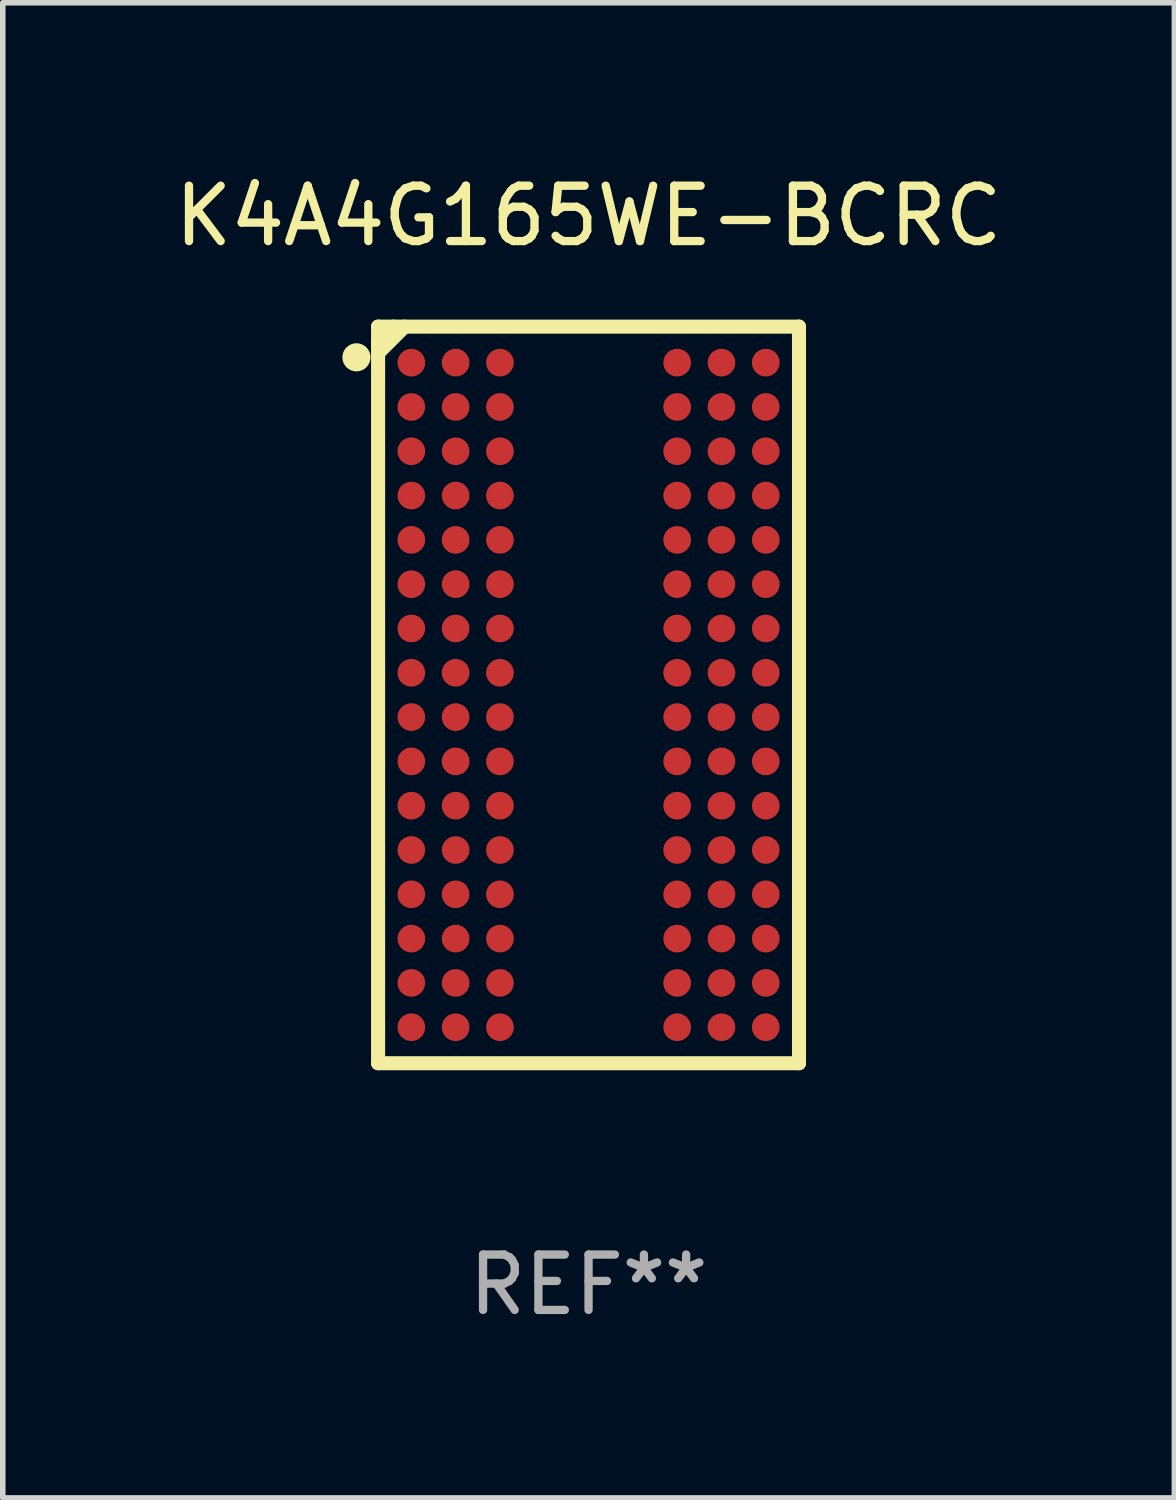
<source format=kicad_pcb>
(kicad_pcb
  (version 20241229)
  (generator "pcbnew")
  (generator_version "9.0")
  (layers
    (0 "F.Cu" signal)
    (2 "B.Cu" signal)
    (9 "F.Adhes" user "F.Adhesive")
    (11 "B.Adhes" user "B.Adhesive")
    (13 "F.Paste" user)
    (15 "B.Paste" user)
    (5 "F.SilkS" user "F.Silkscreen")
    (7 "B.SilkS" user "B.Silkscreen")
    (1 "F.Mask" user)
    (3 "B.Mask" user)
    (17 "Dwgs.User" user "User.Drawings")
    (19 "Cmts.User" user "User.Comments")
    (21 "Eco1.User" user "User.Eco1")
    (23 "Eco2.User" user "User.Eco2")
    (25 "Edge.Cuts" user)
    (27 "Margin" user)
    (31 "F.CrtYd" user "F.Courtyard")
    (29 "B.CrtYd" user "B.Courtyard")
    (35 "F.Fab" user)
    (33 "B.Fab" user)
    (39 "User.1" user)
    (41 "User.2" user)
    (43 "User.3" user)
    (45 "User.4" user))
  (footprint "K4A4G165WE-BCRC"
    (layer "F.Cu")
    (at 7.577 9.498)
    (property "Reference" "K4A4G165WE-BCRC" (at 0 -8.65 0) (layer "F.SilkS") (effects (font (size 1 1) (thickness 0.15))))
    (attr through_hole)
    (fp_line (start -3.8 -6.65) (end -3.8 6.65) (stroke (width 0.254) (type solid)) (layer "F.SilkS"))
    (fp_line (start -3.8 -6.65) (end 3.8 -6.65) (stroke (width 0.254) (type solid)) (layer "F.SilkS"))
    (fp_line (start -3.8 -6.368) (end -3.8 -6.323) (stroke (width 0.254) (type solid)) (layer "F.SilkS"))
    (fp_line (start -3.8 -6.172) (end -3.8 -6.163) (stroke (width 0.254) (type solid)) (layer "F.SilkS"))
    (fp_line (start -3.8 6.65) (end 3.8 6.65) (stroke (width 0.254) (type solid)) (layer "F.SilkS"))
    (fp_line (start -3.518 -6.65) (end -3.8 -6.368) (stroke (width 0.254) (type solid)) (layer "F.SilkS"))
    (fp_line (start -3.322 -6.65) (end -3.8 -6.172) (stroke (width 0.254) (type solid)) (layer "F.SilkS"))
    (fp_line (start 3.8 -6.65) (end 3.8 6.65) (stroke (width 0.254) (type solid)) (layer "F.SilkS"))
    (fp_circle (center -4.191 -6.096) (end -4.064 -6.096) (stroke (width 0.254) (type solid)) (fill no) (layer "F.SilkS"))
    (fp_circle (center -3.75 -6.65) (end -3.72 -6.65) (stroke (width 0.06) (type solid)) (fill no) (layer "F.SilkS"))
    (fp_text user "REF**" (at 0 10.65 0) (layer "F.Fab") (effects (font (size 1 1) (thickness 0.15))))
    (pad "A1" smd circle (at -3.2 -6) (size 0.5 0.5) (layers "F.Cu" "F.Mask" "F.Paste"))
    (pad "A2" smd circle (at -2.4 -6) (size 0.5 0.5) (layers "F.Cu" "F.Mask" "F.Paste"))
    (pad "A3" smd circle (at -1.6 -6) (size 0.5 0.5) (layers "F.Cu" "F.Mask" "F.Paste"))
    (pad "A7" smd circle (at 1.6 -6) (size 0.5 0.5) (layers "F.Cu" "F.Mask" "F.Paste"))
    (pad "A8" smd circle (at 2.4 -6) (size 0.5 0.5) (layers "F.Cu" "F.Mask" "F.Paste"))
    (pad "A9" smd circle (at 3.2 -6) (size 0.5 0.5) (layers "F.Cu" "F.Mask" "F.Paste"))
    (pad "B1" smd circle (at -3.2 -5.2) (size 0.5 0.5) (layers "F.Cu" "F.Mask" "F.Paste"))
    (pad "B2" smd circle (at -2.4 -5.2) (size 0.5 0.5) (layers "F.Cu" "F.Mask" "F.Paste"))
    (pad "B3" smd circle (at -1.6 -5.2) (size 0.5 0.5) (layers "F.Cu" "F.Mask" "F.Paste"))
    (pad "B7" smd circle (at 1.6 -5.2) (size 0.5 0.5) (layers "F.Cu" "F.Mask" "F.Paste"))
    (pad "B8" smd circle (at 2.4 -5.2) (size 0.5 0.5) (layers "F.Cu" "F.Mask" "F.Paste"))
    (pad "B9" smd circle (at 3.2 -5.2) (size 0.5 0.5) (layers "F.Cu" "F.Mask" "F.Paste"))
    (pad "C1" smd circle (at -3.2 -4.4) (size 0.5 0.5) (layers "F.Cu" "F.Mask" "F.Paste"))
    (pad "C2" smd circle (at -2.4 -4.4) (size 0.5 0.5) (layers "F.Cu" "F.Mask" "F.Paste"))
    (pad "C3" smd circle (at -1.6 -4.4) (size 0.5 0.5) (layers "F.Cu" "F.Mask" "F.Paste"))
    (pad "C7" smd circle (at 1.6 -4.4) (size 0.5 0.5) (layers "F.Cu" "F.Mask" "F.Paste"))
    (pad "C8" smd circle (at 2.4 -4.4) (size 0.5 0.5) (layers "F.Cu" "F.Mask" "F.Paste"))
    (pad "C9" smd circle (at 3.2 -4.4) (size 0.5 0.5) (layers "F.Cu" "F.Mask" "F.Paste"))
    (pad "D1" smd circle (at -3.2 -3.6) (size 0.5 0.5) (layers "F.Cu" "F.Mask" "F.Paste"))
    (pad "D2" smd circle (at -2.4 -3.6) (size 0.5 0.5) (layers "F.Cu" "F.Mask" "F.Paste"))
    (pad "D3" smd circle (at -1.6 -3.6) (size 0.5 0.5) (layers "F.Cu" "F.Mask" "F.Paste"))
    (pad "D7" smd circle (at 1.6 -3.6) (size 0.5 0.5) (layers "F.Cu" "F.Mask" "F.Paste"))
    (pad "D8" smd circle (at 2.4 -3.6) (size 0.5 0.5) (layers "F.Cu" "F.Mask" "F.Paste"))
    (pad "D9" smd circle (at 3.2 -3.6) (size 0.5 0.5) (layers "F.Cu" "F.Mask" "F.Paste"))
    (pad "E1" smd circle (at -3.2 -2.8) (size 0.5 0.5) (layers "F.Cu" "F.Mask" "F.Paste"))
    (pad "E2" smd circle (at -2.4 -2.8) (size 0.5 0.5) (layers "F.Cu" "F.Mask" "F.Paste"))
    (pad "E3" smd circle (at -1.6 -2.8) (size 0.5 0.5) (layers "F.Cu" "F.Mask" "F.Paste"))
    (pad "E7" smd circle (at 1.6 -2.8) (size 0.5 0.5) (layers "F.Cu" "F.Mask" "F.Paste"))
    (pad "E8" smd circle (at 2.4 -2.8) (size 0.5 0.5) (layers "F.Cu" "F.Mask" "F.Paste"))
    (pad "E9" smd circle (at 3.2 -2.8) (size 0.5 0.5) (layers "F.Cu" "F.Mask" "F.Paste"))
    (pad "F1" smd circle (at -3.2 -2) (size 0.5 0.5) (layers "F.Cu" "F.Mask" "F.Paste"))
    (pad "F2" smd circle (at -2.4 -2) (size 0.5 0.5) (layers "F.Cu" "F.Mask" "F.Paste"))
    (pad "F3" smd circle (at -1.6 -2) (size 0.5 0.5) (layers "F.Cu" "F.Mask" "F.Paste"))
    (pad "F7" smd circle (at 1.6 -2) (size 0.5 0.5) (layers "F.Cu" "F.Mask" "F.Paste"))
    (pad "F8" smd circle (at 2.4 -2) (size 0.5 0.5) (layers "F.Cu" "F.Mask" "F.Paste"))
    (pad "F9" smd circle (at 3.2 -2) (size 0.5 0.5) (layers "F.Cu" "F.Mask" "F.Paste"))
    (pad "G1" smd circle (at -3.2 -1.2) (size 0.5 0.5) (layers "F.Cu" "F.Mask" "F.Paste"))
    (pad "G2" smd circle (at -2.4 -1.2) (size 0.5 0.5) (layers "F.Cu" "F.Mask" "F.Paste"))
    (pad "G3" smd circle (at -1.6 -1.2) (size 0.5 0.5) (layers "F.Cu" "F.Mask" "F.Paste"))
    (pad "G7" smd circle (at 1.6 -1.2) (size 0.5 0.5) (layers "F.Cu" "F.Mask" "F.Paste"))
    (pad "G8" smd circle (at 2.4 -1.2) (size 0.5 0.5) (layers "F.Cu" "F.Mask" "F.Paste"))
    (pad "G9" smd circle (at 3.2 -1.2) (size 0.5 0.5) (layers "F.Cu" "F.Mask" "F.Paste"))
    (pad "H1" smd circle (at -3.2 -0.4) (size 0.5 0.5) (layers "F.Cu" "F.Mask" "F.Paste"))
    (pad "H2" smd circle (at -2.4 -0.4) (size 0.5 0.5) (layers "F.Cu" "F.Mask" "F.Paste"))
    (pad "H3" smd circle (at -1.6 -0.4) (size 0.5 0.5) (layers "F.Cu" "F.Mask" "F.Paste"))
    (pad "H7" smd circle (at 1.6 -0.4) (size 0.5 0.5) (layers "F.Cu" "F.Mask" "F.Paste"))
    (pad "H8" smd circle (at 2.4 -0.4) (size 0.5 0.5) (layers "F.Cu" "F.Mask" "F.Paste"))
    (pad "H9" smd circle (at 3.2 -0.4) (size 0.5 0.5) (layers "F.Cu" "F.Mask" "F.Paste"))
    (pad "J1" smd circle (at -3.2 0.4) (size 0.5 0.5) (layers "F.Cu" "F.Mask" "F.Paste"))
    (pad "J2" smd circle (at -2.4 0.4) (size 0.5 0.5) (layers "F.Cu" "F.Mask" "F.Paste"))
    (pad "J3" smd circle (at -1.6 0.4) (size 0.5 0.5) (layers "F.Cu" "F.Mask" "F.Paste"))
    (pad "J7" smd circle (at 1.6 0.4) (size 0.5 0.5) (layers "F.Cu" "F.Mask" "F.Paste"))
    (pad "J8" smd circle (at 2.4 0.4) (size 0.5 0.5) (layers "F.Cu" "F.Mask" "F.Paste"))
    (pad "J9" smd circle (at 3.2 0.4) (size 0.5 0.5) (layers "F.Cu" "F.Mask" "F.Paste"))
    (pad "K1" smd circle (at -3.2 1.2) (size 0.5 0.5) (layers "F.Cu" "F.Mask" "F.Paste"))
    (pad "K2" smd circle (at -2.4 1.2) (size 0.5 0.5) (layers "F.Cu" "F.Mask" "F.Paste"))
    (pad "K3" smd circle (at -1.6 1.2) (size 0.5 0.5) (layers "F.Cu" "F.Mask" "F.Paste"))
    (pad "K7" smd circle (at 1.6 1.2) (size 0.5 0.5) (layers "F.Cu" "F.Mask" "F.Paste"))
    (pad "K8" smd circle (at 2.4 1.2) (size 0.5 0.5) (layers "F.Cu" "F.Mask" "F.Paste"))
    (pad "K9" smd circle (at 3.2 1.2) (size 0.5 0.5) (layers "F.Cu" "F.Mask" "F.Paste"))
    (pad "L1" smd circle (at -3.2 2) (size 0.5 0.5) (layers "F.Cu" "F.Mask" "F.Paste"))
    (pad "L2" smd circle (at -2.4 2) (size 0.5 0.5) (layers "F.Cu" "F.Mask" "F.Paste"))
    (pad "L3" smd circle (at -1.6 2) (size 0.5 0.5) (layers "F.Cu" "F.Mask" "F.Paste"))
    (pad "L7" smd circle (at 1.6 2) (size 0.5 0.5) (layers "F.Cu" "F.Mask" "F.Paste"))
    (pad "L8" smd circle (at 2.4 2) (size 0.5 0.5) (layers "F.Cu" "F.Mask" "F.Paste"))
    (pad "L9" smd circle (at 3.2 2) (size 0.5 0.5) (layers "F.Cu" "F.Mask" "F.Paste"))
    (pad "M1" smd circle (at -3.2 2.8) (size 0.5 0.5) (layers "F.Cu" "F.Mask" "F.Paste"))
    (pad "M2" smd circle (at -2.4 2.8) (size 0.5 0.5) (layers "F.Cu" "F.Mask" "F.Paste"))
    (pad "M3" smd circle (at -1.6 2.8) (size 0.5 0.5) (layers "F.Cu" "F.Mask" "F.Paste"))
    (pad "M7" smd circle (at 1.6 2.8) (size 0.5 0.5) (layers "F.Cu" "F.Mask" "F.Paste"))
    (pad "M8" smd circle (at 2.4 2.8) (size 0.5 0.5) (layers "F.Cu" "F.Mask" "F.Paste"))
    (pad "M9" smd circle (at 3.2 2.8) (size 0.5 0.5) (layers "F.Cu" "F.Mask" "F.Paste"))
    (pad "N1" smd circle (at -3.2 3.6) (size 0.5 0.5) (layers "F.Cu" "F.Mask" "F.Paste"))
    (pad "N2" smd circle (at -2.4 3.6) (size 0.5 0.5) (layers "F.Cu" "F.Mask" "F.Paste"))
    (pad "N3" smd circle (at -1.6 3.6) (size 0.5 0.5) (layers "F.Cu" "F.Mask" "F.Paste"))
    (pad "N7" smd circle (at 1.6 3.6) (size 0.5 0.5) (layers "F.Cu" "F.Mask" "F.Paste"))
    (pad "N8" smd circle (at 2.4 3.6) (size 0.5 0.5) (layers "F.Cu" "F.Mask" "F.Paste"))
    (pad "N9" smd circle (at 3.2 3.6) (size 0.5 0.5) (layers "F.Cu" "F.Mask" "F.Paste"))
    (pad "P1" smd circle (at -3.2 4.4) (size 0.5 0.5) (layers "F.Cu" "F.Mask" "F.Paste"))
    (pad "P2" smd circle (at -2.4 4.4) (size 0.5 0.5) (layers "F.Cu" "F.Mask" "F.Paste"))
    (pad "P3" smd circle (at -1.6 4.4) (size 0.5 0.5) (layers "F.Cu" "F.Mask" "F.Paste"))
    (pad "P7" smd circle (at 1.6 4.4) (size 0.5 0.5) (layers "F.Cu" "F.Mask" "F.Paste"))
    (pad "P8" smd circle (at 2.4 4.4) (size 0.5 0.5) (layers "F.Cu" "F.Mask" "F.Paste"))
    (pad "P9" smd circle (at 3.2 4.4) (size 0.5 0.5) (layers "F.Cu" "F.Mask" "F.Paste"))
    (pad "R1" smd circle (at -3.2 5.2) (size 0.5 0.5) (layers "F.Cu" "F.Mask" "F.Paste"))
    (pad "R2" smd circle (at -2.4 5.2) (size 0.5 0.5) (layers "F.Cu" "F.Mask" "F.Paste"))
    (pad "R3" smd circle (at -1.6 5.2) (size 0.5 0.5) (layers "F.Cu" "F.Mask" "F.Paste"))
    (pad "R7" smd circle (at 1.6 5.2) (size 0.5 0.5) (layers "F.Cu" "F.Mask" "F.Paste"))
    (pad "R8" smd circle (at 2.4 5.2) (size 0.5 0.5) (layers "F.Cu" "F.Mask" "F.Paste"))
    (pad "R9" smd circle (at 3.2 5.2) (size 0.5 0.5) (layers "F.Cu" "F.Mask" "F.Paste"))
    (pad "T1" smd circle (at -3.2 6) (size 0.5 0.5) (layers "F.Cu" "F.Mask" "F.Paste"))
    (pad "T2" smd circle (at -2.4 6) (size 0.5 0.5) (layers "F.Cu" "F.Mask" "F.Paste"))
    (pad "T3" smd circle (at -1.6 6) (size 0.5 0.5) (layers "F.Cu" "F.Mask" "F.Paste"))
    (pad "T7" smd circle (at 1.6 6) (size 0.5 0.5) (layers "F.Cu" "F.Mask" "F.Paste"))
    (pad "T8" smd circle (at 2.4 6) (size 0.5 0.5) (layers "F.Cu" "F.Mask" "F.Paste"))
    (pad "T9" smd circle (at 3.2 6) (size 0.5 0.5) (layers "F.Cu" "F.Mask" "F.Paste")))
  (gr_rect
    (start -3 -3)
    (end 18.155 23.997)
    (stroke (width 0.1) (type default))
    (fill no)
    (layer "Edge.Cuts")))
</source>
